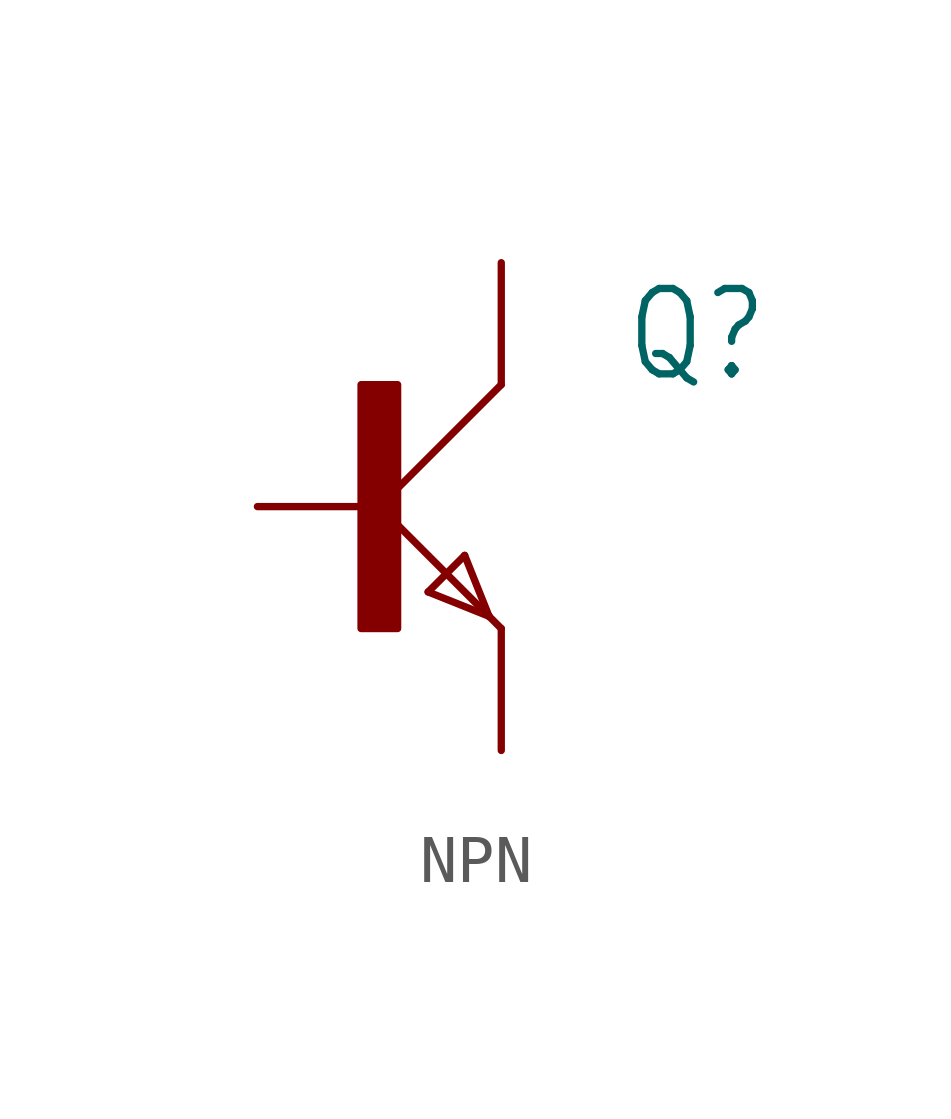
<source format=kicad_sym>
(kicad_symbol_lib
  (version 20220914)
  (generator kicad_symbol_editor)
  (symbol "NPN"
    (property "Reference" "Q"
      (at 5.08 2.54 0)
      (effects (font (size 1.778 1.511)) (justify left bottom)))
    (property "Value" ""
      (at 5.08 0 0)
      (effects (font (size 1.778 1.511)) (justify left bottom)))
    (property "ki_locked" ""
      (at 0 0 0)
      (effects (font (size 1.27 1.27))))
    (symbol "NPN_1_0"
      (rectangle (start -0.381 -2.54) (end 0.381 2.54) (stroke (width 0) (type default)) (fill (type outline)))
      (polyline (pts (xy 0 0) (xy 2.286 -2.286)) (stroke (width 0.152) (type solid)) (fill (type none)))
      (polyline (pts (xy 1.016 -1.778) (xy 1.778 -1.016)) (stroke (width 0.152) (type solid)) (fill (type none)))
      (polyline (pts (xy 1.778 -1.016) (xy 2.286 -2.286)) (stroke (width 0.152) (type solid)) (fill (type none)))
      (polyline (pts (xy 2.286 -2.286) (xy 1.016 -1.778)) (stroke (width 0.152) (type solid)) (fill (type none)))
      (polyline (pts (xy 2.286 -2.286) (xy 2.54 -2.54)) (stroke (width 0.152) (type solid)) (fill (type none)))
      (polyline (pts (xy 2.54 2.54) (xy 0 0)) (stroke (width 0.152) (type solid)) (fill (type none)))
      (pin bidirectional line (at -2.54 0 0) (length 2.54) (name "B" (effects (font (size 0 0)))) (number "1" (effects (font (size 0 0)))))
      (pin passive line (at 2.54 -5.08 90) (length 2.54) (name "E" (effects (font (size 0 0)))) (number "2" (effects (font (size 0 0)))))
      (pin passive line (at 2.54 5.08 270) (length 2.54) (name "C" (effects (font (size 0 0)))) (number "3" (effects (font (size 0 0))))))))
</source>
